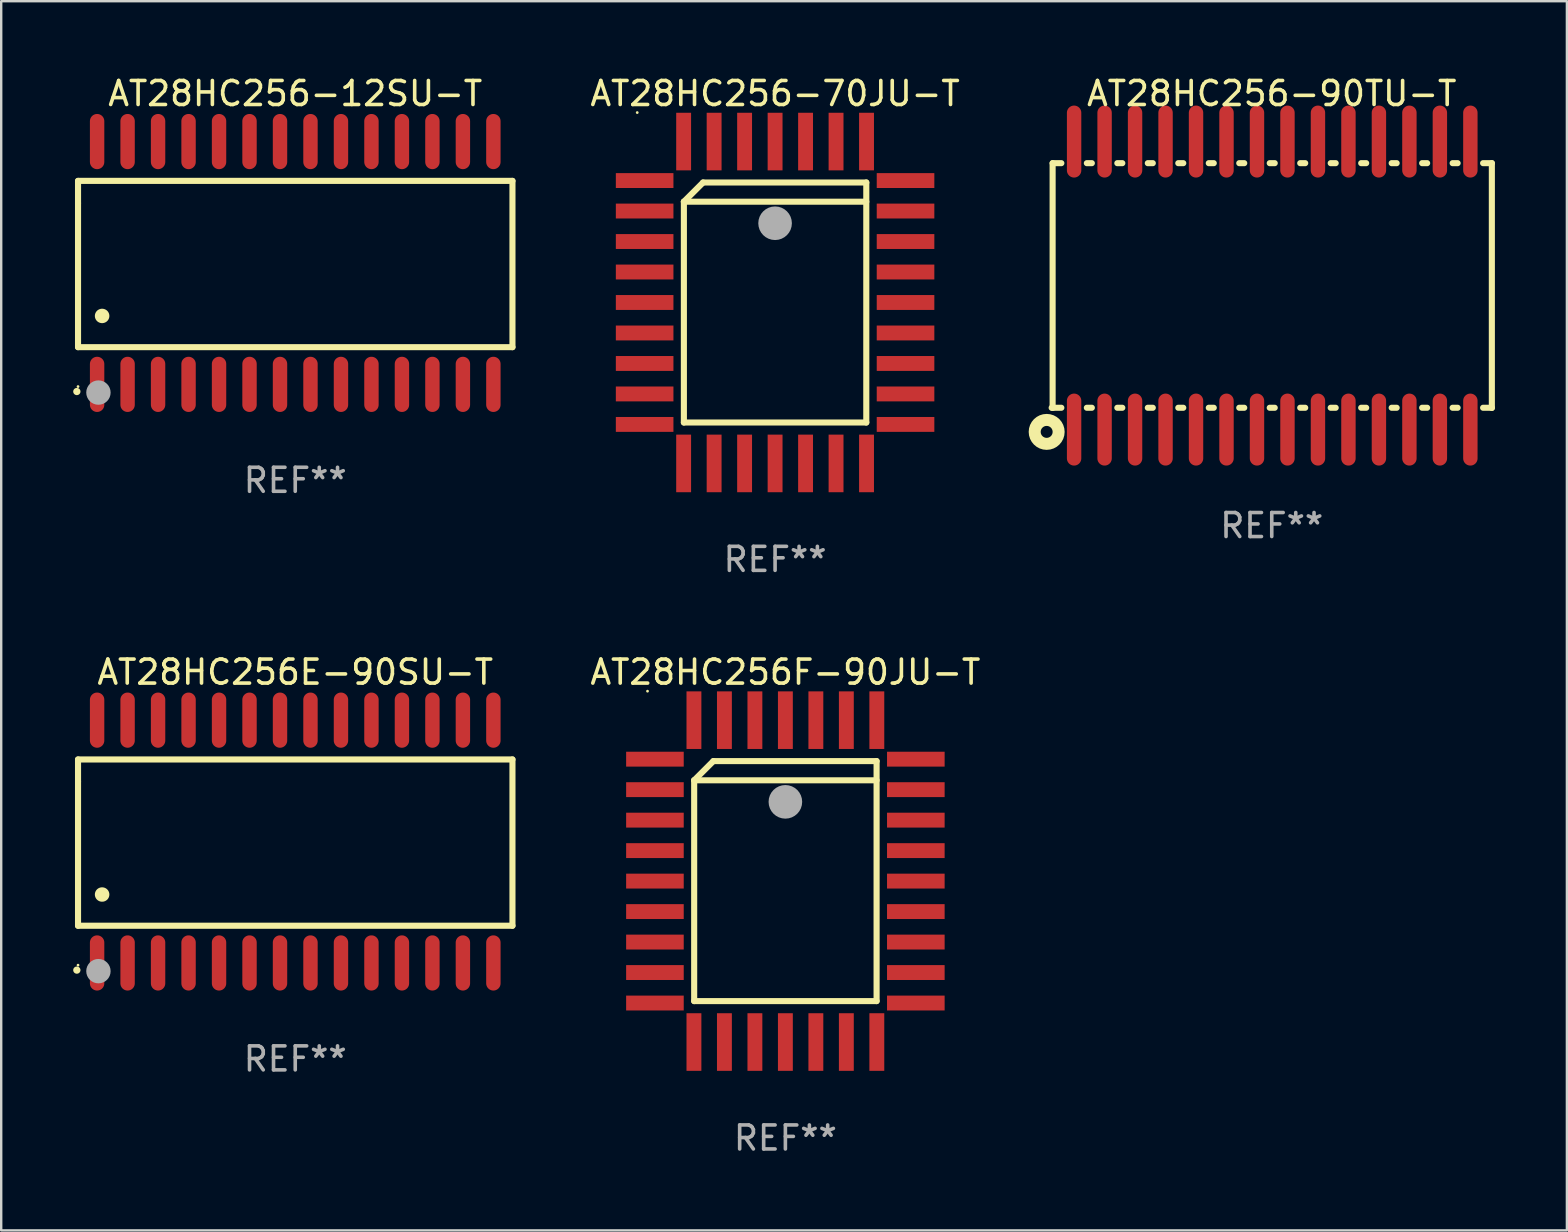
<source format=kicad_pcb>
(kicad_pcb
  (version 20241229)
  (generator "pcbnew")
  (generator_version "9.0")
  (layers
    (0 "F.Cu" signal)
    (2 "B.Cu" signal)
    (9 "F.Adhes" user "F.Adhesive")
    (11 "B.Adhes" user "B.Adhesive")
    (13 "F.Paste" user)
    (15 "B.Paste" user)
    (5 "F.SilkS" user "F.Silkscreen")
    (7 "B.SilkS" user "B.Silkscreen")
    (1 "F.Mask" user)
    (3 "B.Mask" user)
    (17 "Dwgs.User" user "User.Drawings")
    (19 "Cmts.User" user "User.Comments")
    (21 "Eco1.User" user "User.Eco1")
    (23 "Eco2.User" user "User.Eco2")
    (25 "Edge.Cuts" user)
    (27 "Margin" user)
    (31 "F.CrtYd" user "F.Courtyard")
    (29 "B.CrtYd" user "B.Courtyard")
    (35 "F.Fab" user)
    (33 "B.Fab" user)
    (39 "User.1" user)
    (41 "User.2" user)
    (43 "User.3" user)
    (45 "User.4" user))
  (footprint "AT28HC256-12SU-T"
    (layer "F.Cu")
    (at 9.251 7.906)
    (property "Reference" "AT28HC256-12SU-T" (at 0 -7.058 0) (layer "F.SilkS") (effects (font (size 1 1) (thickness 0.15))))
    (attr through_hole)
    (fp_line (start -9.05 -3.42) (end 9.05 -3.42) (stroke (width 0.254) (type solid)) (layer "F.SilkS"))
    (fp_line (start -9.05 -2.492) (end -9.05 -3.42) (stroke (width 0.254) (type solid)) (layer "F.SilkS"))
    (fp_line (start -9.05 3.508) (end -9.05 -2.492) (stroke (width 0.254) (type solid)) (layer "F.SilkS"))
    (fp_line (start 9.05 -3.42) (end 9.05 3.508) (stroke (width 0.254) (type solid)) (layer "F.SilkS"))
    (fp_line (start 9.05 3.508) (end -9.05 3.508) (stroke (width 0.254) (type solid)) (layer "F.SilkS"))
    (fp_arc (start -9.100838 5.35649) (mid -9.099568 5.356485) (end -9.098298 5.35649) (stroke (width 0.3) (type solid)) (layer "F.SilkS"))
    (fp_arc (start -8.049276 2.206883) (mid -8.046736 2.206872) (end -8.044196 2.206883) (stroke (width 0.6) (type solid)) (layer "F.SilkS"))
    (fp_circle (center -9.05 5.15) (end -9.02 5.15) (stroke (width 0.06) (type solid)) (fill no) (layer "F.SilkS"))
    (fp_circle (center -8.2 5.4) (end -7.946 5.4) (stroke (width 0.508) (type solid)) (fill no) (layer "F.Fab"))
    (fp_text user "REF**" (at 0 9.058 0) (layer "F.Fab") (effects (font (size 1 1) (thickness 0.15))))
    (pad "1" smd oval (at -8.255 5.058 180) (size 0.6 2.3) (layers "F.Cu" "F.Mask" "F.Paste"))
    (pad "2" smd oval (at -6.985 5.058 180) (size 0.6 2.3) (layers "F.Cu" "F.Mask" "F.Paste"))
    (pad "3" smd oval (at -5.715 5.058 180) (size 0.6 2.3) (layers "F.Cu" "F.Mask" "F.Paste"))
    (pad "4" smd oval (at -4.445 5.058 180) (size 0.6 2.3) (layers "F.Cu" "F.Mask" "F.Paste"))
    (pad "5" smd oval (at -3.175 5.058 180) (size 0.6 2.3) (layers "F.Cu" "F.Mask" "F.Paste"))
    (pad "6" smd oval (at -1.905 5.058 180) (size 0.6 2.3) (layers "F.Cu" "F.Mask" "F.Paste"))
    (pad "7" smd oval (at -0.635 5.058 180) (size 0.6 2.3) (layers "F.Cu" "F.Mask" "F.Paste"))
    (pad "8" smd oval (at 0.635 5.058 180) (size 0.6 2.3) (layers "F.Cu" "F.Mask" "F.Paste"))
    (pad "9" smd oval (at 1.905 5.058 180) (size 0.6 2.3) (layers "F.Cu" "F.Mask" "F.Paste"))
    (pad "10" smd oval (at 3.175 5.058 180) (size 0.6 2.3) (layers "F.Cu" "F.Mask" "F.Paste"))
    (pad "11" smd oval (at 4.445 5.058 180) (size 0.6 2.3) (layers "F.Cu" "F.Mask" "F.Paste"))
    (pad "12" smd oval (at 5.715 5.058 180) (size 0.6 2.3) (layers "F.Cu" "F.Mask" "F.Paste"))
    (pad "13" smd oval (at 6.985 5.058 180) (size 0.6 2.3) (layers "F.Cu" "F.Mask" "F.Paste"))
    (pad "14" smd oval (at 8.255 5.058 180) (size 0.6 2.3) (layers "F.Cu" "F.Mask" "F.Paste"))
    (pad "15" smd oval (at 8.255 -5.058 180) (size 0.6 2.3) (layers "F.Cu" "F.Mask" "F.Paste"))
    (pad "16" smd oval (at 6.985 -5.058 180) (size 0.6 2.3) (layers "F.Cu" "F.Mask" "F.Paste"))
    (pad "17" smd oval (at 5.715 -5.058 180) (size 0.6 2.3) (layers "F.Cu" "F.Mask" "F.Paste"))
    (pad "18" smd oval (at 4.445 -5.058 180) (size 0.6 2.3) (layers "F.Cu" "F.Mask" "F.Paste"))
    (pad "19" smd oval (at 3.175 -5.058 180) (size 0.6 2.3) (layers "F.Cu" "F.Mask" "F.Paste"))
    (pad "20" smd oval (at 1.905 -5.058 180) (size 0.6 2.3) (layers "F.Cu" "F.Mask" "F.Paste"))
    (pad "21" smd oval (at 0.635 -5.058 180) (size 0.6 2.3) (layers "F.Cu" "F.Mask" "F.Paste"))
    (pad "22" smd oval (at -0.635 -5.058 180) (size 0.6 2.3) (layers "F.Cu" "F.Mask" "F.Paste"))
    (pad "23" smd oval (at -1.905 -5.058 180) (size 0.6 2.3) (layers "F.Cu" "F.Mask" "F.Paste"))
    (pad "24" smd oval (at -3.175 -5.058 180) (size 0.6 2.3) (layers "F.Cu" "F.Mask" "F.Paste"))
    (pad "25" smd oval (at -4.445 -5.058 180) (size 0.6 2.3) (layers "F.Cu" "F.Mask" "F.Paste"))
    (pad "26" smd oval (at -5.715 -5.058 180) (size 0.6 2.3) (layers "F.Cu" "F.Mask" "F.Paste"))
    (pad "27" smd oval (at -6.985 -5.058 180) (size 0.6 2.3) (layers "F.Cu" "F.Mask" "F.Paste"))
    (pad "28" smd oval (at -8.255 -5.058 180) (size 0.6 2.3) (layers "F.Cu" "F.Mask" "F.Paste")))
  (footprint "AT28HC256-70JU-T"
    (layer "F.Cu")
    (at 29.243 9.553)
    (property "Reference" "AT28HC256-70JU-T" (at 0 -8.705 0) (layer "F.SilkS") (effects (font (size 1 1) (thickness 0.15))))
    (attr through_hole)
    (fp_line (start -3.8 -4.2) (end -3 -5) (stroke (width 0.254) (type solid)) (layer "F.SilkS"))
    (fp_line (start -3.8 -4.2) (end 3.8 -4.2) (stroke (width 0.254) (type solid)) (layer "F.SilkS"))
    (fp_line (start -3.8 5) (end -3.8 -4.2) (stroke (width 0.254) (type solid)) (layer "F.SilkS"))
    (fp_line (start -3 -5) (end 3.8 -5) (stroke (width 0.254) (type solid)) (layer "F.SilkS"))
    (fp_line (start 3.8 -5) (end 3.8 5) (stroke (width 0.254) (type solid)) (layer "F.SilkS"))
    (fp_line (start 3.8 5) (end -3.8 5) (stroke (width 0.254) (type solid)) (layer "F.SilkS"))
    (fp_arc (start 0.299721 -3.294387) (mid 0.29971 -3.296927) (end 0.299721 -3.299467) (stroke (width 0.6) (type solid)) (layer "F.SilkS"))
    (fp_circle (center -5.744 -7.913) (end -5.714 -7.913) (stroke (width 0.06) (type solid)) (fill no) (layer "F.SilkS"))
    (fp_circle (center 0 -3.302) (end 0.35 -3.302) (stroke (width 0.7) (type solid)) (fill no) (layer "F.Fab"))
    (fp_text user "REF**" (at 0 10.705 0) (layer "F.Fab") (effects (font (size 1 1) (thickness 0.15))))
    (pad "1" smd rect (at 0 -6.705 180) (size 0.62 2.4) (layers "F.Cu" "F.Mask" "F.Paste"))
    (pad "2" smd rect (at -1.27 -6.705 180) (size 0.62 2.4) (layers "F.Cu" "F.Mask" "F.Paste"))
    (pad "3" smd rect (at -2.54 -6.705 180) (size 0.62 2.4) (layers "F.Cu" "F.Mask" "F.Paste"))
    (pad "4" smd rect (at -3.81 -6.705 180) (size 0.62 2.4) (layers "F.Cu" "F.Mask" "F.Paste"))
    (pad "5" smd rect (at -5.435 -5.08 270) (size 0.62 2.4) (layers "F.Cu" "F.Mask" "F.Paste"))
    (pad "6" smd rect (at -5.435 -3.81 270) (size 0.62 2.4) (layers "F.Cu" "F.Mask" "F.Paste"))
    (pad "7" smd rect (at -5.435 -2.54 270) (size 0.62 2.4) (layers "F.Cu" "F.Mask" "F.Paste"))
    (pad "8" smd rect (at -5.435 -1.27 270) (size 0.62 2.4) (layers "F.Cu" "F.Mask" "F.Paste"))
    (pad "9" smd rect (at -5.435 0 270) (size 0.62 2.4) (layers "F.Cu" "F.Mask" "F.Paste"))
    (pad "10" smd rect (at -5.435 1.27 270) (size 0.62 2.4) (layers "F.Cu" "F.Mask" "F.Paste"))
    (pad "11" smd rect (at -5.435 2.54 270) (size 0.62 2.4) (layers "F.Cu" "F.Mask" "F.Paste"))
    (pad "12" smd rect (at -5.435 3.81 270) (size 0.62 2.4) (layers "F.Cu" "F.Mask" "F.Paste"))
    (pad "13" smd rect (at -5.435 5.08 270) (size 0.62 2.4) (layers "F.Cu" "F.Mask" "F.Paste"))
    (pad "14" smd rect (at -3.81 6.705) (size 0.62 2.4) (layers "F.Cu" "F.Mask" "F.Paste"))
    (pad "15" smd rect (at -2.54 6.705) (size 0.62 2.4) (layers "F.Cu" "F.Mask" "F.Paste"))
    (pad "16" smd rect (at -1.27 6.705) (size 0.62 2.4) (layers "F.Cu" "F.Mask" "F.Paste"))
    (pad "17" smd rect (at 0 6.705) (size 0.62 2.4) (layers "F.Cu" "F.Mask" "F.Paste"))
    (pad "18" smd rect (at 1.27 6.705) (size 0.62 2.4) (layers "F.Cu" "F.Mask" "F.Paste"))
    (pad "19" smd rect (at 2.54 6.705) (size 0.62 2.4) (layers "F.Cu" "F.Mask" "F.Paste"))
    (pad "20" smd rect (at 3.81 6.705) (size 0.62 2.4) (layers "F.Cu" "F.Mask" "F.Paste"))
    (pad "21" smd rect (at 5.435 5.08 90) (size 0.62 2.4) (layers "F.Cu" "F.Mask" "F.Paste"))
    (pad "22" smd rect (at 5.435 3.81 90) (size 0.62 2.4) (layers "F.Cu" "F.Mask" "F.Paste"))
    (pad "23" smd rect (at 5.435 2.54 90) (size 0.62 2.4) (layers "F.Cu" "F.Mask" "F.Paste"))
    (pad "24" smd rect (at 5.435 1.27 90) (size 0.62 2.4) (layers "F.Cu" "F.Mask" "F.Paste"))
    (pad "25" smd rect (at 5.435 0 90) (size 0.62 2.4) (layers "F.Cu" "F.Mask" "F.Paste"))
    (pad "26" smd rect (at 5.435 -1.27 90) (size 0.62 2.4) (layers "F.Cu" "F.Mask" "F.Paste"))
    (pad "27" smd rect (at 5.435 -2.54 90) (size 0.62 2.4) (layers "F.Cu" "F.Mask" "F.Paste"))
    (pad "28" smd rect (at 5.435 -3.81 90) (size 0.62 2.4) (layers "F.Cu" "F.Mask" "F.Paste"))
    (pad "29" smd rect (at 5.435 -5.08 90) (size 0.62 2.4) (layers "F.Cu" "F.Mask" "F.Paste"))
    (pad "30" smd rect (at 3.81 -6.705) (size 0.62 2.4) (layers "F.Cu" "F.Mask" "F.Paste"))
    (pad "31" smd rect (at 2.54 -6.705) (size 0.62 2.4) (layers "F.Cu" "F.Mask" "F.Paste"))
    (pad "32" smd rect (at 1.27 -6.705) (size 0.62 2.4) (layers "F.Cu" "F.Mask" "F.Paste")))
  (footprint "AT28HC256F-90JU-T"
    (layer "F.Cu")
    (at 29.672 33.66)
    (property "Reference" "AT28HC256F-90JU-T" (at 0 -8.705 0) (layer "F.SilkS") (effects (font (size 1 1) (thickness 0.15))))
    (attr through_hole)
    (fp_line (start -3.8 -4.2) (end -3 -5) (stroke (width 0.254) (type solid)) (layer "F.SilkS"))
    (fp_line (start -3.8 -4.2) (end 3.8 -4.2) (stroke (width 0.254) (type solid)) (layer "F.SilkS"))
    (fp_line (start -3.8 5) (end -3.8 -4.2) (stroke (width 0.254) (type solid)) (layer "F.SilkS"))
    (fp_line (start -3 -5) (end 3.8 -5) (stroke (width 0.254) (type solid)) (layer "F.SilkS"))
    (fp_line (start 3.8 -5) (end 3.8 5) (stroke (width 0.254) (type solid)) (layer "F.SilkS"))
    (fp_line (start 3.8 5) (end -3.8 5) (stroke (width 0.254) (type solid)) (layer "F.SilkS"))
    (fp_arc (start 0.299721 -3.294387) (mid 0.29971 -3.296927) (end 0.299721 -3.299467) (stroke (width 0.6) (type solid)) (layer "F.SilkS"))
    (fp_circle (center -5.744 -7.913) (end -5.714 -7.913) (stroke (width 0.06) (type solid)) (fill no) (layer "F.SilkS"))
    (fp_circle (center 0 -3.302) (end 0.35 -3.302) (stroke (width 0.7) (type solid)) (fill no) (layer "F.Fab"))
    (fp_text user "REF**" (at 0 10.705 0) (layer "F.Fab") (effects (font (size 1 1) (thickness 0.15))))
    (pad "1" smd rect (at 0 -6.705 180) (size 0.62 2.4) (layers "F.Cu" "F.Mask" "F.Paste"))
    (pad "2" smd rect (at -1.27 -6.705 180) (size 0.62 2.4) (layers "F.Cu" "F.Mask" "F.Paste"))
    (pad "3" smd rect (at -2.54 -6.705 180) (size 0.62 2.4) (layers "F.Cu" "F.Mask" "F.Paste"))
    (pad "4" smd rect (at -3.81 -6.705 180) (size 0.62 2.4) (layers "F.Cu" "F.Mask" "F.Paste"))
    (pad "5" smd rect (at -5.435 -5.08 270) (size 0.62 2.4) (layers "F.Cu" "F.Mask" "F.Paste"))
    (pad "6" smd rect (at -5.435 -3.81 270) (size 0.62 2.4) (layers "F.Cu" "F.Mask" "F.Paste"))
    (pad "7" smd rect (at -5.435 -2.54 270) (size 0.62 2.4) (layers "F.Cu" "F.Mask" "F.Paste"))
    (pad "8" smd rect (at -5.435 -1.27 270) (size 0.62 2.4) (layers "F.Cu" "F.Mask" "F.Paste"))
    (pad "9" smd rect (at -5.435 0 270) (size 0.62 2.4) (layers "F.Cu" "F.Mask" "F.Paste"))
    (pad "10" smd rect (at -5.435 1.27 270) (size 0.62 2.4) (layers "F.Cu" "F.Mask" "F.Paste"))
    (pad "11" smd rect (at -5.435 2.54 270) (size 0.62 2.4) (layers "F.Cu" "F.Mask" "F.Paste"))
    (pad "12" smd rect (at -5.435 3.81 270) (size 0.62 2.4) (layers "F.Cu" "F.Mask" "F.Paste"))
    (pad "13" smd rect (at -5.435 5.08 270) (size 0.62 2.4) (layers "F.Cu" "F.Mask" "F.Paste"))
    (pad "14" smd rect (at -3.81 6.705) (size 0.62 2.4) (layers "F.Cu" "F.Mask" "F.Paste"))
    (pad "15" smd rect (at -2.54 6.705) (size 0.62 2.4) (layers "F.Cu" "F.Mask" "F.Paste"))
    (pad "16" smd rect (at -1.27 6.705) (size 0.62 2.4) (layers "F.Cu" "F.Mask" "F.Paste"))
    (pad "17" smd rect (at 0 6.705) (size 0.62 2.4) (layers "F.Cu" "F.Mask" "F.Paste"))
    (pad "18" smd rect (at 1.27 6.705) (size 0.62 2.4) (layers "F.Cu" "F.Mask" "F.Paste"))
    (pad "19" smd rect (at 2.54 6.705) (size 0.62 2.4) (layers "F.Cu" "F.Mask" "F.Paste"))
    (pad "20" smd rect (at 3.81 6.705) (size 0.62 2.4) (layers "F.Cu" "F.Mask" "F.Paste"))
    (pad "21" smd rect (at 5.435 5.08 90) (size 0.62 2.4) (layers "F.Cu" "F.Mask" "F.Paste"))
    (pad "22" smd rect (at 5.435 3.81 90) (size 0.62 2.4) (layers "F.Cu" "F.Mask" "F.Paste"))
    (pad "23" smd rect (at 5.435 2.54 90) (size 0.62 2.4) (layers "F.Cu" "F.Mask" "F.Paste"))
    (pad "24" smd rect (at 5.435 1.27 90) (size 0.62 2.4) (layers "F.Cu" "F.Mask" "F.Paste"))
    (pad "25" smd rect (at 5.435 0 90) (size 0.62 2.4) (layers "F.Cu" "F.Mask" "F.Paste"))
    (pad "26" smd rect (at 5.435 -1.27 90) (size 0.62 2.4) (layers "F.Cu" "F.Mask" "F.Paste"))
    (pad "27" smd rect (at 5.435 -2.54 90) (size 0.62 2.4) (layers "F.Cu" "F.Mask" "F.Paste"))
    (pad "28" smd rect (at 5.435 -3.81 90) (size 0.62 2.4) (layers "F.Cu" "F.Mask" "F.Paste"))
    (pad "29" smd rect (at 5.435 -5.08 90) (size 0.62 2.4) (layers "F.Cu" "F.Mask" "F.Paste"))
    (pad "30" smd rect (at 3.81 -6.705) (size 0.62 2.4) (layers "F.Cu" "F.Mask" "F.Paste"))
    (pad "31" smd rect (at 2.54 -6.705) (size 0.62 2.4) (layers "F.Cu" "F.Mask" "F.Paste"))
    (pad "32" smd rect (at 1.27 -6.705) (size 0.62 2.4) (layers "F.Cu" "F.Mask" "F.Paste")))
  (footprint "AT28HC256E-90SU-T"
    (layer "F.Cu")
    (at 9.251 32.012)
    (property "Reference" "AT28HC256E-90SU-T" (at 0 -7.058 0) (layer "F.SilkS") (effects (font (size 1 1) (thickness 0.15))))
    (attr through_hole)
    (fp_line (start -9.05 -3.42) (end 9.05 -3.42) (stroke (width 0.254) (type solid)) (layer "F.SilkS"))
    (fp_line (start -9.05 -2.492) (end -9.05 -3.42) (stroke (width 0.254) (type solid)) (layer "F.SilkS"))
    (fp_line (start -9.05 3.508) (end -9.05 -2.492) (stroke (width 0.254) (type solid)) (layer "F.SilkS"))
    (fp_line (start 9.05 -3.42) (end 9.05 3.508) (stroke (width 0.254) (type solid)) (layer "F.SilkS"))
    (fp_line (start 9.05 3.508) (end -9.05 3.508) (stroke (width 0.254) (type solid)) (layer "F.SilkS"))
    (fp_arc (start -9.100838 5.35649) (mid -9.099568 5.356485) (end -9.098298 5.35649) (stroke (width 0.3) (type solid)) (layer "F.SilkS"))
    (fp_arc (start -8.049276 2.206883) (mid -8.046736 2.206872) (end -8.044196 2.206883) (stroke (width 0.6) (type solid)) (layer "F.SilkS"))
    (fp_circle (center -9.05 5.15) (end -9.02 5.15) (stroke (width 0.06) (type solid)) (fill no) (layer "F.SilkS"))
    (fp_circle (center -8.2 5.4) (end -7.946 5.4) (stroke (width 0.508) (type solid)) (fill no) (layer "F.Fab"))
    (fp_text user "REF**" (at 0 9.058 0) (layer "F.Fab") (effects (font (size 1 1) (thickness 0.15))))
    (pad "1" smd oval (at -8.255 5.058 180) (size 0.6 2.3) (layers "F.Cu" "F.Mask" "F.Paste"))
    (pad "2" smd oval (at -6.985 5.058 180) (size 0.6 2.3) (layers "F.Cu" "F.Mask" "F.Paste"))
    (pad "3" smd oval (at -5.715 5.058 180) (size 0.6 2.3) (layers "F.Cu" "F.Mask" "F.Paste"))
    (pad "4" smd oval (at -4.445 5.058 180) (size 0.6 2.3) (layers "F.Cu" "F.Mask" "F.Paste"))
    (pad "5" smd oval (at -3.175 5.058 180) (size 0.6 2.3) (layers "F.Cu" "F.Mask" "F.Paste"))
    (pad "6" smd oval (at -1.905 5.058 180) (size 0.6 2.3) (layers "F.Cu" "F.Mask" "F.Paste"))
    (pad "7" smd oval (at -0.635 5.058 180) (size 0.6 2.3) (layers "F.Cu" "F.Mask" "F.Paste"))
    (pad "8" smd oval (at 0.635 5.058 180) (size 0.6 2.3) (layers "F.Cu" "F.Mask" "F.Paste"))
    (pad "9" smd oval (at 1.905 5.058 180) (size 0.6 2.3) (layers "F.Cu" "F.Mask" "F.Paste"))
    (pad "10" smd oval (at 3.175 5.058 180) (size 0.6 2.3) (layers "F.Cu" "F.Mask" "F.Paste"))
    (pad "11" smd oval (at 4.445 5.058 180) (size 0.6 2.3) (layers "F.Cu" "F.Mask" "F.Paste"))
    (pad "12" smd oval (at 5.715 5.058 180) (size 0.6 2.3) (layers "F.Cu" "F.Mask" "F.Paste"))
    (pad "13" smd oval (at 6.985 5.058 180) (size 0.6 2.3) (layers "F.Cu" "F.Mask" "F.Paste"))
    (pad "14" smd oval (at 8.255 5.058 180) (size 0.6 2.3) (layers "F.Cu" "F.Mask" "F.Paste"))
    (pad "15" smd oval (at 8.255 -5.058 180) (size 0.6 2.3) (layers "F.Cu" "F.Mask" "F.Paste"))
    (pad "16" smd oval (at 6.985 -5.058 180) (size 0.6 2.3) (layers "F.Cu" "F.Mask" "F.Paste"))
    (pad "17" smd oval (at 5.715 -5.058 180) (size 0.6 2.3) (layers "F.Cu" "F.Mask" "F.Paste"))
    (pad "18" smd oval (at 4.445 -5.058 180) (size 0.6 2.3) (layers "F.Cu" "F.Mask" "F.Paste"))
    (pad "19" smd oval (at 3.175 -5.058 180) (size 0.6 2.3) (layers "F.Cu" "F.Mask" "F.Paste"))
    (pad "20" smd oval (at 1.905 -5.058 180) (size 0.6 2.3) (layers "F.Cu" "F.Mask" "F.Paste"))
    (pad "21" smd oval (at 0.635 -5.058 180) (size 0.6 2.3) (layers "F.Cu" "F.Mask" "F.Paste"))
    (pad "22" smd oval (at -0.635 -5.058 180) (size 0.6 2.3) (layers "F.Cu" "F.Mask" "F.Paste"))
    (pad "23" smd oval (at -1.905 -5.058 180) (size 0.6 2.3) (layers "F.Cu" "F.Mask" "F.Paste"))
    (pad "24" smd oval (at -3.175 -5.058 180) (size 0.6 2.3) (layers "F.Cu" "F.Mask" "F.Paste"))
    (pad "25" smd oval (at -4.445 -5.058 180) (size 0.6 2.3) (layers "F.Cu" "F.Mask" "F.Paste"))
    (pad "26" smd oval (at -5.715 -5.058 180) (size 0.6 2.3) (layers "F.Cu" "F.Mask" "F.Paste"))
    (pad "27" smd oval (at -6.985 -5.058 180) (size 0.6 2.3) (layers "F.Cu" "F.Mask" "F.Paste"))
    (pad "28" smd oval (at -8.255 -5.058 180) (size 0.6 2.3) (layers "F.Cu" "F.Mask" "F.Paste")))
  (footprint "AT28HC256-90TU-T"
    (layer "F.Cu")
    (at 49.936 8.848)
    (property "Reference" "AT28HC256-90TU-T" (at 0 -8 0) (layer "F.SilkS") (effects (font (size 1 1) (thickness 0.15))))
    (attr through_hole)
    (fp_line (start -9.17 5.091) (end -8.766 5.091) (stroke (width 0.254) (type solid)) (layer "F.SilkS"))
    (fp_line (start -9.13 -5.1) (end -9.13 5.1) (stroke (width 0.254) (type solid)) (layer "F.SilkS"))
    (fp_line (start -9.13 -5.1) (end -8.766 -5.1) (stroke (width 0.254) (type solid)) (layer "F.SilkS"))
    (fp_line (start -7.704 -5.1) (end -7.496 -5.1) (stroke (width 0.254) (type solid)) (layer "F.SilkS"))
    (fp_line (start -7.704 5.091) (end -7.496 5.091) (stroke (width 0.254) (type solid)) (layer "F.SilkS"))
    (fp_line (start -6.434 -5.1) (end -6.226 -5.1) (stroke (width 0.254) (type solid)) (layer "F.SilkS"))
    (fp_line (start -6.434 5.091) (end -6.226 5.091) (stroke (width 0.254) (type solid)) (layer "F.SilkS"))
    (fp_line (start -5.164 -5.1) (end -4.956 -5.1) (stroke (width 0.254) (type solid)) (layer "F.SilkS"))
    (fp_line (start -5.164 5.091) (end -4.956 5.091) (stroke (width 0.254) (type solid)) (layer "F.SilkS"))
    (fp_line (start -3.894 -5.1) (end -3.686 -5.1) (stroke (width 0.254) (type solid)) (layer "F.SilkS"))
    (fp_line (start -3.894 5.091) (end -3.686 5.091) (stroke (width 0.254) (type solid)) (layer "F.SilkS"))
    (fp_line (start -2.624 -5.1) (end -2.416 -5.1) (stroke (width 0.254) (type solid)) (layer "F.SilkS"))
    (fp_line (start -2.624 5.091) (end -2.416 5.091) (stroke (width 0.254) (type solid)) (layer "F.SilkS"))
    (fp_line (start -1.354 -5.1) (end -1.146 -5.1) (stroke (width 0.254) (type solid)) (layer "F.SilkS"))
    (fp_line (start -1.354 5.091) (end -1.146 5.091) (stroke (width 0.254) (type solid)) (layer "F.SilkS"))
    (fp_line (start -0.084 -5.1) (end 0.124 -5.1) (stroke (width 0.254) (type solid)) (layer "F.SilkS"))
    (fp_line (start -0.084 5.091) (end 0.124 5.091) (stroke (width 0.254) (type solid)) (layer "F.SilkS"))
    (fp_line (start 1.186 -5.1) (end 1.394 -5.1) (stroke (width 0.254) (type solid)) (layer "F.SilkS"))
    (fp_line (start 1.186 5.091) (end 1.394 5.091) (stroke (width 0.254) (type solid)) (layer "F.SilkS"))
    (fp_line (start 2.456 -5.1) (end 2.664 -5.1) (stroke (width 0.254) (type solid)) (layer "F.SilkS"))
    (fp_line (start 2.456 5.091) (end 2.664 5.091) (stroke (width 0.254) (type solid)) (layer "F.SilkS"))
    (fp_line (start 3.726 -5.1) (end 3.934 -5.1) (stroke (width 0.254) (type solid)) (layer "F.SilkS"))
    (fp_line (start 3.726 5.091) (end 3.934 5.091) (stroke (width 0.254) (type solid)) (layer "F.SilkS"))
    (fp_line (start 4.996 -5.1) (end 5.204 -5.1) (stroke (width 0.254) (type solid)) (layer "F.SilkS"))
    (fp_line (start 4.996 5.091) (end 5.204 5.091) (stroke (width 0.254) (type solid)) (layer "F.SilkS"))
    (fp_line (start 6.266 -5.1) (end 6.474 -5.1) (stroke (width 0.254) (type solid)) (layer "F.SilkS"))
    (fp_line (start 6.266 5.091) (end 6.474 5.091) (stroke (width 0.254) (type solid)) (layer "F.SilkS"))
    (fp_line (start 7.536 -5.1) (end 7.744 -5.1) (stroke (width 0.254) (type solid)) (layer "F.SilkS"))
    (fp_line (start 7.536 5.091) (end 7.744 5.091) (stroke (width 0.254) (type solid)) (layer "F.SilkS"))
    (fp_line (start 8.806 -5.1) (end 9.17 -5.1) (stroke (width 0.254) (type solid)) (layer "F.SilkS"))
    (fp_line (start 8.806 5.091) (end 9.17 5.091) (stroke (width 0.254) (type solid)) (layer "F.SilkS"))
    (fp_line (start 9.17 -5.1) (end 9.17 5.1) (stroke (width 0.254) (type solid)) (layer "F.SilkS"))
    (fp_circle (center -9.378 6.096) (end -9.129 6.096) (stroke (width 0.5) (type solid)) (fill no) (layer "F.SilkS"))
    (fp_text user "REF**" (at 0 10 0) (layer "F.Fab") (effects (font (size 1 1) (thickness 0.15))))
    (pad "1" smd oval (at -8.235 6) (size 0.6 3) (layers "F.Cu" "F.Mask" "F.Paste"))
    (pad "2" smd oval (at -6.965 6) (size 0.6 3) (layers "F.Cu" "F.Mask" "F.Paste"))
    (pad "3" smd oval (at -5.695 6) (size 0.6 3) (layers "F.Cu" "F.Mask" "F.Paste"))
    (pad "4" smd oval (at -4.425 6) (size 0.6 3) (layers "F.Cu" "F.Mask" "F.Paste"))
    (pad "5" smd oval (at -3.155 6) (size 0.6 3) (layers "F.Cu" "F.Mask" "F.Paste"))
    (pad "6" smd oval (at -1.885 6) (size 0.6 3) (layers "F.Cu" "F.Mask" "F.Paste"))
    (pad "7" smd oval (at -0.615 6) (size 0.6 3) (layers "F.Cu" "F.Mask" "F.Paste"))
    (pad "8" smd oval (at 0.655 6) (size 0.6 3) (layers "F.Cu" "F.Mask" "F.Paste"))
    (pad "9" smd oval (at 1.925 6) (size 0.6 3) (layers "F.Cu" "F.Mask" "F.Paste"))
    (pad "10" smd oval (at 3.195 6) (size 0.6 3) (layers "F.Cu" "F.Mask" "F.Paste"))
    (pad "11" smd oval (at 4.465 6) (size 0.6 3) (layers "F.Cu" "F.Mask" "F.Paste"))
    (pad "12" smd oval (at 5.735 6) (size 0.6 3) (layers "F.Cu" "F.Mask" "F.Paste"))
    (pad "13" smd oval (at 7.005 6) (size 0.6 3) (layers "F.Cu" "F.Mask" "F.Paste"))
    (pad "14" smd oval (at 8.275 6) (size 0.6 3) (layers "F.Cu" "F.Mask" "F.Paste"))
    (pad "15" smd oval (at 8.275 -6) (size 0.6 3) (layers "F.Cu" "F.Mask" "F.Paste"))
    (pad "16" smd oval (at 7.005 -6) (size 0.6 3) (layers "F.Cu" "F.Mask" "F.Paste"))
    (pad "17" smd oval (at 5.735 -6) (size 0.6 3) (layers "F.Cu" "F.Mask" "F.Paste"))
    (pad "18" smd oval (at 4.465 -6) (size 0.6 3) (layers "F.Cu" "F.Mask" "F.Paste"))
    (pad "19" smd oval (at 3.195 -6) (size 0.6 3) (layers "F.Cu" "F.Mask" "F.Paste"))
    (pad "20" smd oval (at 1.925 -6) (size 0.6 3) (layers "F.Cu" "F.Mask" "F.Paste"))
    (pad "21" smd oval (at 0.655 -6) (size 0.6 3) (layers "F.Cu" "F.Mask" "F.Paste"))
    (pad "22" smd oval (at -0.615 -6) (size 0.6 3) (layers "F.Cu" "F.Mask" "F.Paste"))
    (pad "23" smd oval (at -1.885 -6) (size 0.6 3) (layers "F.Cu" "F.Mask" "F.Paste"))
    (pad "24" smd oval (at -3.155 -6) (size 0.6 3) (layers "F.Cu" "F.Mask" "F.Paste"))
    (pad "25" smd oval (at -4.425 -6) (size 0.6 3) (layers "F.Cu" "F.Mask" "F.Paste"))
    (pad "26" smd oval (at -5.695 -6) (size 0.6 3) (layers "F.Cu" "F.Mask" "F.Paste"))
    (pad "27" smd oval (at -6.965 -6) (size 0.6 3) (layers "F.Cu" "F.Mask" "F.Paste"))
    (pad "28" smd oval (at -8.235 -6) (size 0.6 3) (layers "F.Cu" "F.Mask" "F.Paste")))
  (gr_rect
    (start -3 -3)
    (end 62.233 48.213)
    (stroke (width 0.1) (type default))
    (fill no)
    (layer "Edge.Cuts")))
</source>
